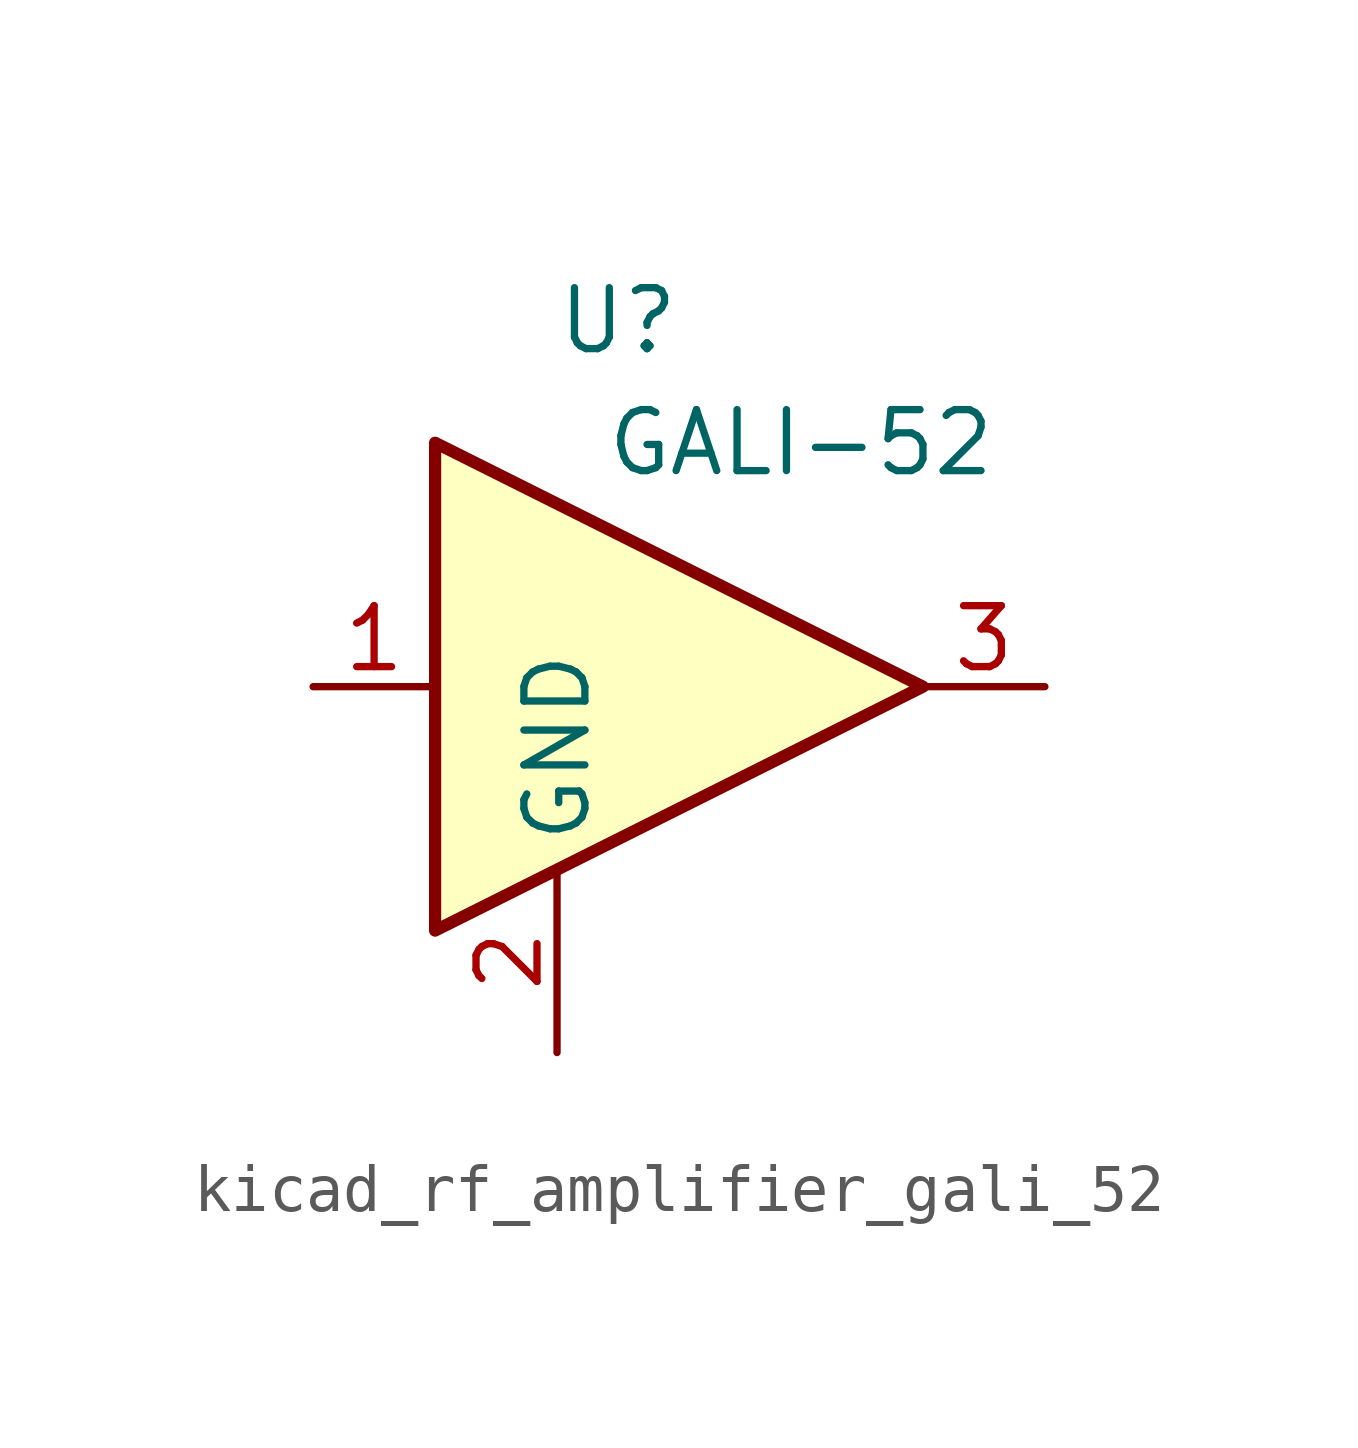
<source format=kicad_sym>
(kicad_symbol_lib
  (version 20220914)
  (generator kicad_symbol_editor)
  (symbol "kicad_rf_amplifier_gali_52"
    (property "Reference" "U"
      (at -1.27 7.62 0)
      (effects (font (size 1.27 1.27))))
    (property "Value" "GALI-52"
      (at 2.54 5.08 0)
      (effects (font (size 1.27 1.27))))
    (symbol "kicad_rf_amplifier_gali_52_0_1"
      (polyline (pts (xy 5.08 0) (xy -5.08 5.08) (xy -5.08 -5.08) (xy 5.08 0)) (stroke (width 0.254) (type default)) (fill (type background))))
    (symbol "kicad_rf_amplifier_gali_52_1_1"
      (pin input line (at -7.62 0 0) (length 2.54) (name "~" (effects (font (size 1.27 1.27)))) (number "1" (effects (font (size 1.27 1.27)))))
      (pin power_in line (at -2.54 -7.62 90) (length 3.81) (name "GND" (effects (font (size 1.27 1.27)))) (number "2" (effects (font (size 1.27 1.27)))))
      (pin output line (at 7.62 0 180) (length 2.54) (name "~" (effects (font (size 1.27 1.27)))) (number "3" (effects (font (size 1.27 1.27))))))))
</source>
